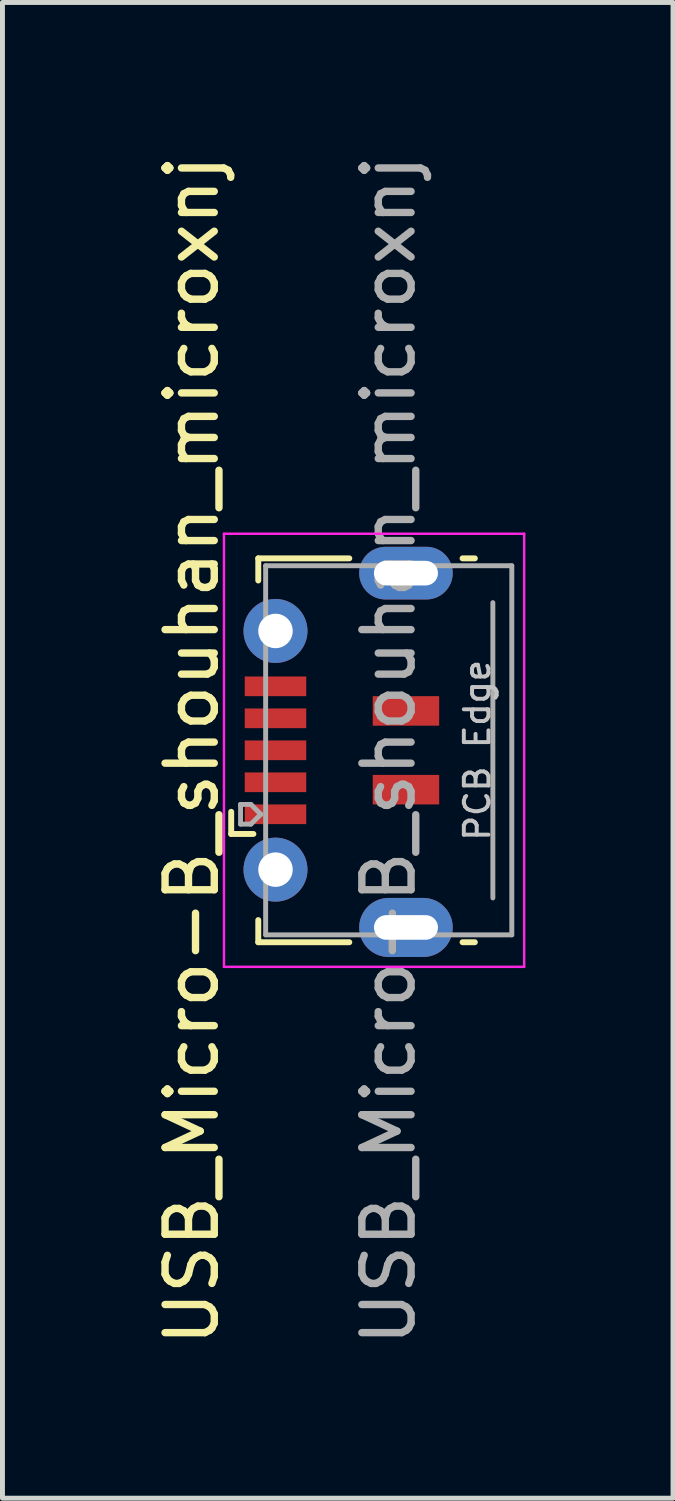
<source format=kicad_pcb>
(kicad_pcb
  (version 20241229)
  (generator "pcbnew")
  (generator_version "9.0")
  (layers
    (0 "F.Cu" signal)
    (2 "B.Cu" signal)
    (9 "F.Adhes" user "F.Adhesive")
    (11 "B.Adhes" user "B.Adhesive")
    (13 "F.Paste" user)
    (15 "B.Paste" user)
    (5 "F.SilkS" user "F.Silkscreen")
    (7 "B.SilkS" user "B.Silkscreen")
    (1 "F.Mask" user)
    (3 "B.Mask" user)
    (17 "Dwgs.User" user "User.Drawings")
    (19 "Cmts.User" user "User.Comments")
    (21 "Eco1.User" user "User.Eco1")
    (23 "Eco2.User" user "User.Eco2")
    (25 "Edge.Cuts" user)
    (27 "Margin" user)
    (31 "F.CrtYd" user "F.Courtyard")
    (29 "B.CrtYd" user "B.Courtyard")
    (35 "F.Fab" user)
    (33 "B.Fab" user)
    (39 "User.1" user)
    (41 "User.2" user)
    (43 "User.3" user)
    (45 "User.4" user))
  (footprint "USB_Micro-B_shouhan_microxnj"
    (layer "F.Cu")
    (at 4.215 12.196)
    (property "Reference" "USB_Micro-B_shouhan_microxnj" (at -3.366 0 90) (layer "F.SilkS") (effects (font (size 1 1) (thickness 0.15))))
    (attr smd)
    (fp_line (start -2.567 1.7) (end -2.567 1.25) (stroke (width 0.12) (type solid)) (layer "F.SilkS"))
    (fp_line (start -2.567 1.7) (end -2.116 1.7) (stroke (width 0.12) (type solid)) (layer "F.SilkS"))
    (fp_line (start -2.017 -3.9) (end -2.017 -3.45) (stroke (width 0.12) (type solid)) (layer "F.SilkS"))
    (fp_line (start -2.017 3.9) (end -2.017 3.45) (stroke (width 0.12) (type solid)) (layer "F.SilkS"))
    (fp_line (start -0.167 -3.9) (end -2.017 -3.9) (stroke (width 0.12) (type solid)) (layer "F.SilkS"))
    (fp_line (start -0.167 3.9) (end -2.017 3.9) (stroke (width 0.12) (type solid)) (layer "F.SilkS"))
    (fp_line (start 2.384 -3.9) (end 2.134 -3.9) (stroke (width 0.12) (type solid)) (layer "F.SilkS"))
    (fp_line (start 2.384 3.9) (end 2.134 3.9) (stroke (width 0.12) (type solid)) (layer "F.SilkS"))
    (fp_line (start -2.714 -4.4) (end 3.386 -4.4) (stroke (width 0.05) (type solid)) (layer "F.CrtYd"))
    (fp_line (start -2.714 4.4) (end -2.714 -4.4) (stroke (width 0.05) (type solid)) (layer "F.CrtYd"))
    (fp_line (start 3.386 4.4) (end -2.714 4.4) (stroke (width 0.05) (type solid)) (layer "F.CrtYd"))
    (fp_line (start 3.386 4.4) (end 3.386 -4.4) (stroke (width 0.05) (type solid)) (layer "F.CrtYd"))
    (fp_line (start -2.377 1.1) (end -2.167 1.1) (stroke (width 0.1) (type solid)) (layer "F.Fab"))
    (fp_line (start -2.377 1.5) (end -2.377 1.1) (stroke (width 0.1) (type solid)) (layer "F.Fab"))
    (fp_line (start -2.377 1.5) (end -2.167 1.5) (stroke (width 0.1) (type solid)) (layer "F.Fab"))
    (fp_line (start -2.167 1.1) (end -1.966 1.3) (stroke (width 0.1) (type solid)) (layer "F.Fab"))
    (fp_line (start -1.966 1.3) (end -2.167 1.5) (stroke (width 0.1) (type solid)) (layer "F.Fab"))
    (fp_line (start -1.867 3.75) (end -1.867 -3.75) (stroke (width 0.1) (type solid)) (layer "F.Fab"))
    (fp_line (start 2.75 3) (end 2.75 -3) (stroke (width 0.1) (type solid)) (layer "F.Fab"))
    (fp_line (start 3.134 -3.75) (end -1.867 -3.75) (stroke (width 0.1) (type solid)) (layer "F.Fab"))
    (fp_line (start 3.134 3.75) (end -1.867 3.75) (stroke (width 0.1) (type solid)) (layer "F.Fab"))
    (fp_line (start 3.135 3.75) (end 3.135 -3.75) (stroke (width 0.1) (type solid)) (layer "F.Fab"))
    (fp_text user "PCB Edge" (at 2.433 0 90) (layer "Dwgs.User") (effects (font (size 0.5 0.5) (thickness 0.08))))
    (fp_text user "${REFERENCE}" (at 0.633 0 90) (layer "F.Fab") (effects (font (size 1 1) (thickness 0.15))))
    (pad "1" smd rect (at -1.667 1.3 90) (size 0.4 1.25) (layers "F.Cu" "F.Mask" "F.Paste"))
    (pad "2" smd rect (at -1.667 0.65 90) (size 0.4 1.25) (layers "F.Cu" "F.Mask" "F.Paste"))
    (pad "3" smd rect (at -1.667 0 90) (size 0.4 1.25) (layers "F.Cu" "F.Mask" "F.Paste"))
    (pad "4" smd rect (at -1.667 -0.65 90) (size 0.4 1.25) (layers "F.Cu" "F.Mask" "F.Paste"))
    (pad "5" smd rect (at -1.667 -1.3 90) (size 0.4 1.25) (layers "F.Cu" "F.Mask" "F.Paste"))
    (pad "6" thru_hole circle (at -1.667 -2.425 90) (size 1.3 1.3) (drill 0.7) (layers "*.Cu" "*.Mask"))
    (pad "6" thru_hole circle (at -1.667 2.425 90) (size 1.3 1.3) (drill 0.7) (layers "*.Cu" "*.Mask"))
    (pad "6" thru_hole oval (at 0.984 -3.6 90) (size 1.07 1.9) (drill oval 0.5 1.3) (layers "*.Cu" "*.Mask"))
    (pad "6" smd rect (at 0.984 -0.8 90) (size 0.6 1.35) (layers "F.Cu" "F.Mask" "F.Paste"))
    (pad "6" smd rect (at 0.984 0.8 90) (size 0.6 1.35) (layers "F.Cu" "F.Mask" "F.Paste"))
    (pad "6" thru_hole oval (at 0.984 3.6 270) (size 1.2 1.9) (drill oval 0.5 1.3) (layers "*.Cu" "*.Mask")))
  (gr_rect
    (start -3 -3)
    (end 10.626 27.393)
    (stroke (width 0.1) (type default))
    (fill no)
    (layer "Edge.Cuts")))
</source>
